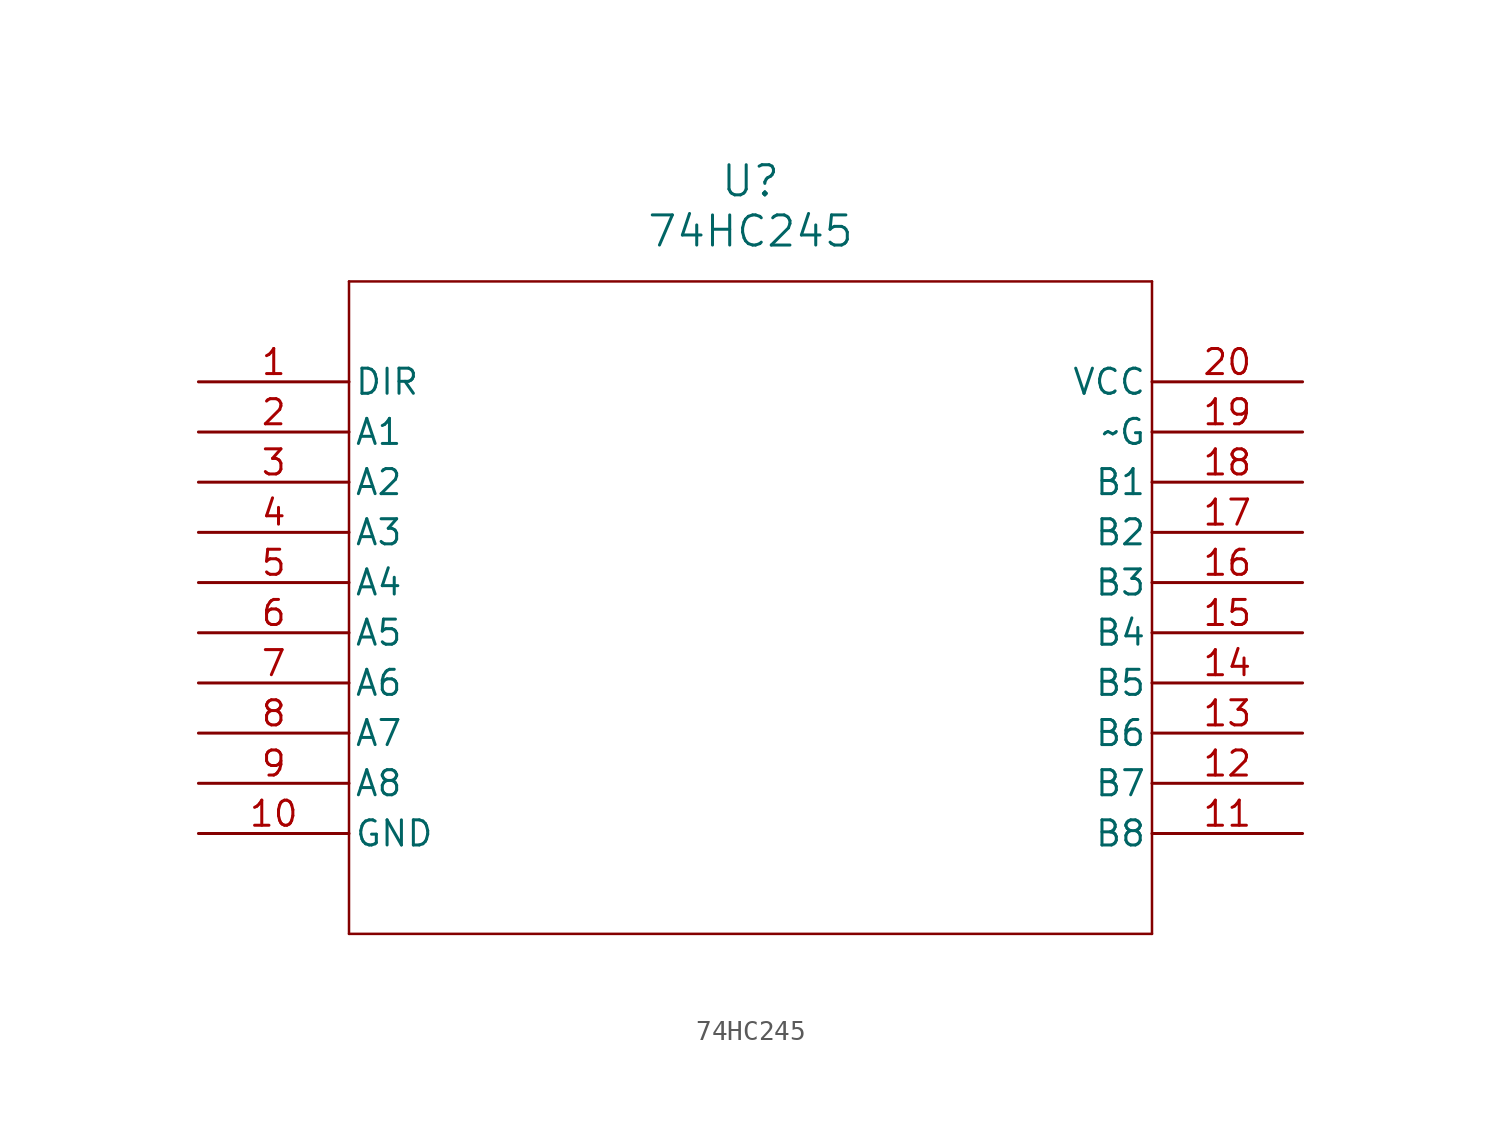
<source format=kicad_sym>
(kicad_symbol_lib
  (version 20211014)
  (generator kicad_symbol_editor)
  (symbol "74HC245"
    (pin_names
      (offset 0.254))
    (property "Reference" "U"
      (at 27.94 10.16 0)
      (effects (font (size 1.524 1.524))))
    (property "Value" "74HC245"
      (at 27.94 7.62 0)
      (effects (font (size 1.524 1.524))))
    (symbol "74HC245_0_1"
      (polyline (pts (xy 7.62 5.08) (xy 7.62 -27.94)) (stroke (width 0.127) (type default) (color 0 0 0 0)) (fill (type none)))
      (polyline (pts (xy 7.62 -27.94) (xy 48.26 -27.94)) (stroke (width 0.127) (type default) (color 0 0 0 0)) (fill (type none)))
      (polyline (pts (xy 48.26 -27.94) (xy 48.26 5.08)) (stroke (width 0.127) (type default) (color 0 0 0 0)) (fill (type none)))
      (polyline (pts (xy 48.26 5.08) (xy 7.62 5.08)) (stroke (width 0.127) (type default) (color 0 0 0 0)) (fill (type none)))
      (pin unspecified line (at 0 0 0) (length 7.62) (name "DIR" (effects (font (size 1.27 1.27)))) (number "1" (effects (font (size 1.27 1.27)))))
      (pin unspecified line (at 0 -2.54 0) (length 7.62) (name "A1" (effects (font (size 1.27 1.27)))) (number "2" (effects (font (size 1.27 1.27)))))
      (pin unspecified line (at 0 -5.08 0) (length 7.62) (name "A2" (effects (font (size 1.27 1.27)))) (number "3" (effects (font (size 1.27 1.27)))))
      (pin unspecified line (at 0 -7.62 0) (length 7.62) (name "A3" (effects (font (size 1.27 1.27)))) (number "4" (effects (font (size 1.27 1.27)))))
      (pin unspecified line (at 0 -10.16 0) (length 7.62) (name "A4" (effects (font (size 1.27 1.27)))) (number "5" (effects (font (size 1.27 1.27)))))
      (pin unspecified line (at 0 -12.7 0) (length 7.62) (name "A5" (effects (font (size 1.27 1.27)))) (number "6" (effects (font (size 1.27 1.27)))))
      (pin unspecified line (at 0 -15.24 0) (length 7.62) (name "A6" (effects (font (size 1.27 1.27)))) (number "7" (effects (font (size 1.27 1.27)))))
      (pin unspecified line (at 0 -17.78 0) (length 7.62) (name "A7" (effects (font (size 1.27 1.27)))) (number "8" (effects (font (size 1.27 1.27)))))
      (pin unspecified line (at 0 -20.32 0) (length 7.62) (name "A8" (effects (font (size 1.27 1.27)))) (number "9" (effects (font (size 1.27 1.27)))))
      (pin unspecified line (at 0 -22.86 0) (length 7.62) (name "GND" (effects (font (size 1.27 1.27)))) (number "10" (effects (font (size 1.27 1.27)))))
      (pin unspecified line (at 55.88 -22.86 180) (length 7.62) (name "B8" (effects (font (size 1.27 1.27)))) (number "11" (effects (font (size 1.27 1.27)))))
      (pin unspecified line (at 55.88 -20.32 180) (length 7.62) (name "B7" (effects (font (size 1.27 1.27)))) (number "12" (effects (font (size 1.27 1.27)))))
      (pin unspecified line (at 55.88 -17.78 180) (length 7.62) (name "B6" (effects (font (size 1.27 1.27)))) (number "13" (effects (font (size 1.27 1.27)))))
      (pin unspecified line (at 55.88 -15.24 180) (length 7.62) (name "B5" (effects (font (size 1.27 1.27)))) (number "14" (effects (font (size 1.27 1.27)))))
      (pin unspecified line (at 55.88 -12.7 180) (length 7.62) (name "B4" (effects (font (size 1.27 1.27)))) (number "15" (effects (font (size 1.27 1.27)))))
      (pin unspecified line (at 55.88 -10.16 180) (length 7.62) (name "B3" (effects (font (size 1.27 1.27)))) (number "16" (effects (font (size 1.27 1.27)))))
      (pin unspecified line (at 55.88 -7.62 180) (length 7.62) (name "B2" (effects (font (size 1.27 1.27)))) (number "17" (effects (font (size 1.27 1.27)))))
      (pin unspecified line (at 55.88 -5.08 180) (length 7.62) (name "B1" (effects (font (size 1.27 1.27)))) (number "18" (effects (font (size 1.27 1.27)))))
      (pin unspecified line (at 55.88 -2.54 180) (length 7.62) (name "~G" (effects (font (size 1.27 1.27)))) (number "19" (effects (font (size 1.27 1.27)))))
      (pin unspecified line (at 55.88 0 180) (length 7.62) (name "VCC" (effects (font (size 1.27 1.27)))) (number "20" (effects (font (size 1.27 1.27))))))))
</source>
